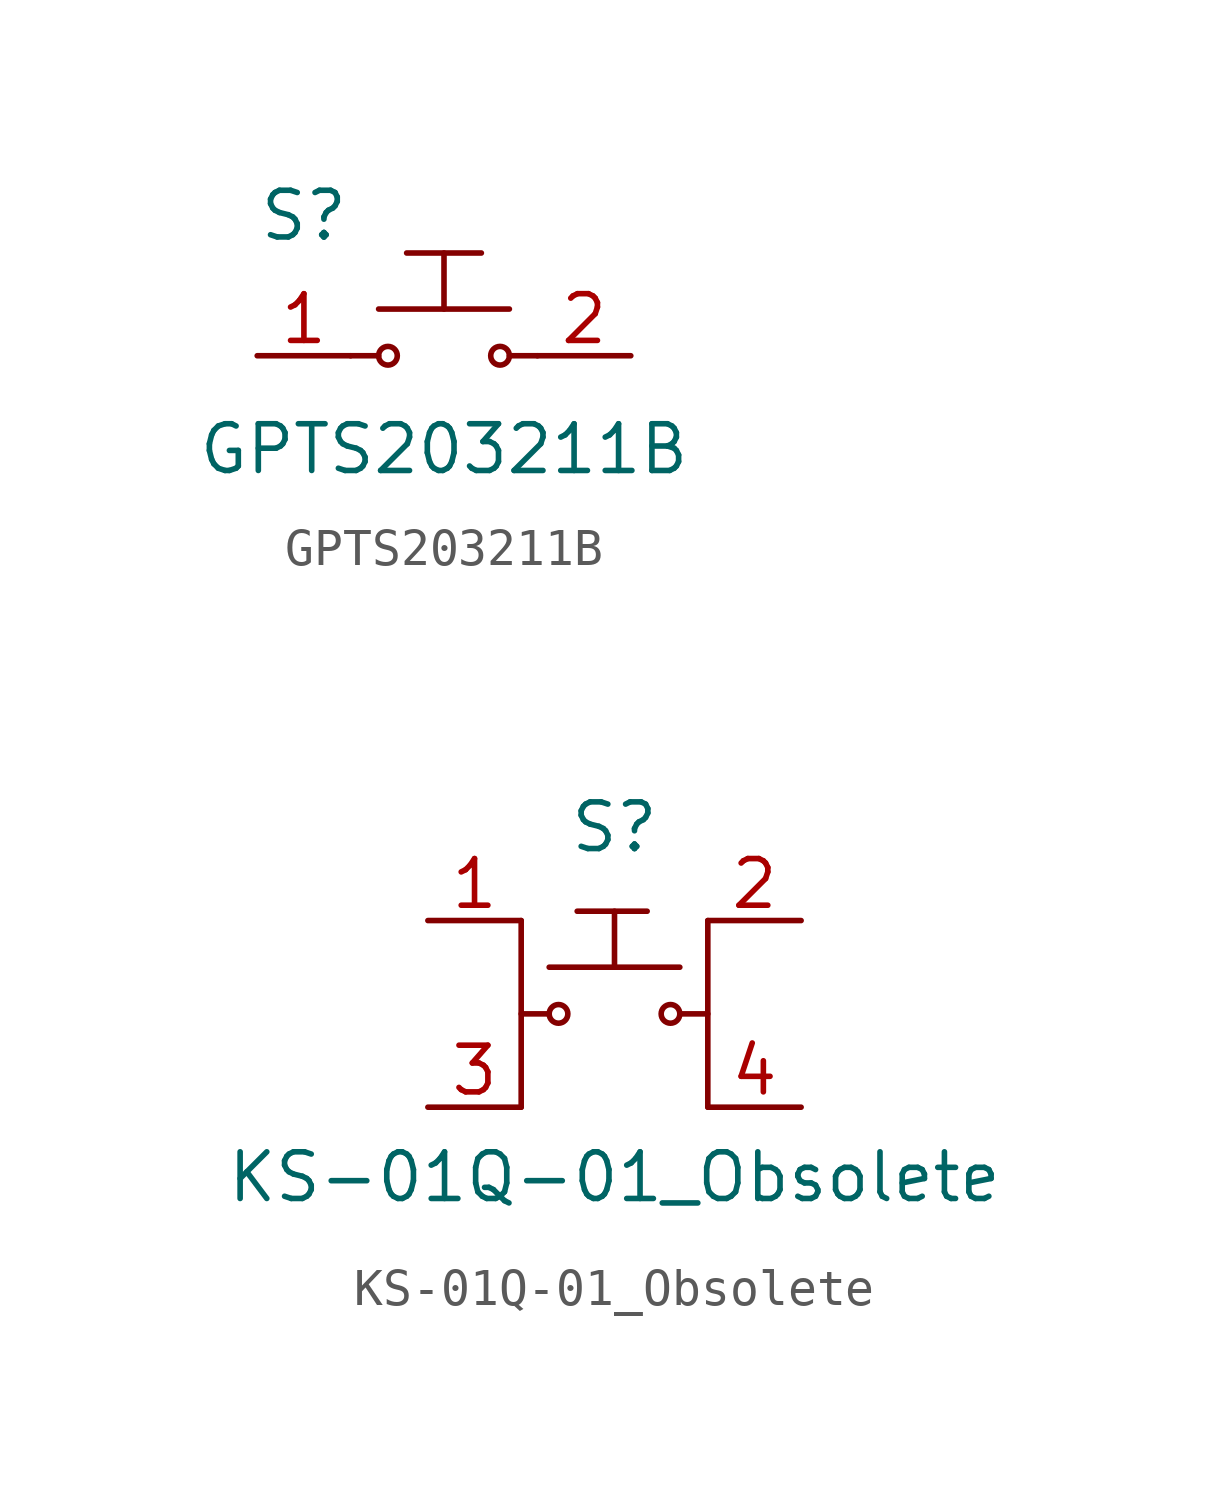
<source format=kicad_sym>
(kicad_symbol_lib
  (version 20201005)
  (generator kicad_symbol_editor)
  (symbol "GPTS203211B"
    (pin_names
      (offset 1.016))
    (property "Reference" "S"
      (at -3.81 3.81 0)
      (effects (font (size 1.27 1.27))))
    (property "Value" "GPTS203211B"
      (at 0 -2.54 0)
      (effects (font (size 1.27 1.27))))
    (symbol "GPTS203211B_0_1"
      (circle (center -1.524 0) (radius 0.254) (stroke (width 0)) (fill (type none)))
      (circle (center 1.524 0) (radius 0.254) (stroke (width 0)) (fill (type none)))
      (polyline (pts (xy -2.54 0) (xy -1.778 0)) (stroke (width 0)) (fill (type none)))
      (polyline (pts (xy -1.778 1.27) (xy 1.778 1.27)) (stroke (width 0)) (fill (type none)))
      (polyline (pts (xy -1.016 2.794) (xy 1.016 2.794)) (stroke (width 0)) (fill (type none)))
      (polyline (pts (xy 0 1.27) (xy 0 2.794)) (stroke (width 0)) (fill (type none)))
      (polyline (pts (xy 2.54 0) (xy 1.778 0)) (stroke (width 0)) (fill (type none))))
    (symbol "GPTS203211B_1_1"
      (pin passive line (at -5.08 0 0) (length 2.54) (name "~" (effects (font (size 1.27 1.27)))) (number "1" (effects (font (size 1.27 1.27)))))
      (pin passive line (at 5.08 0 180) (length 2.54) (name "~" (effects (font (size 1.27 1.27)))) (number "2" (effects (font (size 1.27 1.27)))))))
  (symbol "KS-01Q-01_Obsolete"
    (pin_names
      (offset 1.016))
    (property "Reference" "S"
      (at 0 5.08 0)
      (effects (font (size 1.27 1.27))))
    (property "Value" "KS-01Q-01_Obsolete"
      (at 0 -4.445 0)
      (effects (font (size 1.27 1.27))))
    (symbol "KS-01Q-01_Obsolete_0_1"
      (circle (center -1.524 0) (radius 0.254) (stroke (width 0)) (fill (type none)))
      (circle (center 1.524 0) (radius 0.254) (stroke (width 0)) (fill (type none)))
      (polyline (pts (xy -2.54 2.54) (xy -2.54 -2.54)) (stroke (width 0)) (fill (type none)))
      (polyline (pts (xy -1.778 0) (xy -2.54 0)) (stroke (width 0)) (fill (type none)))
      (polyline (pts (xy -1.778 1.27) (xy 1.778 1.27)) (stroke (width 0)) (fill (type none)))
      (polyline (pts (xy 2.54 -2.54) (xy 2.54 2.54)) (stroke (width 0)) (fill (type none)))
      (polyline (pts (xy 2.54 0) (xy 1.778 0)) (stroke (width 0)) (fill (type none))))
    (symbol "KS-01Q-01_Obsolete_1_1"
      (polyline (pts (xy -1.016 2.794) (xy 0.889 2.794)) (stroke (width 0)) (fill (type none)))
      (polyline (pts (xy 0 2.794) (xy 0 1.27)) (stroke (width 0)) (fill (type none)))
      (pin passive line (at -5.08 2.54 0) (length 2.54) (name "~" (effects (font (size 1.27 1.27)))) (number "1" (effects (font (size 1.27 1.27)))))
      (pin passive line (at 5.08 2.54 180) (length 2.54) (name "~" (effects (font (size 1.27 1.27)))) (number "2" (effects (font (size 1.27 1.27)))))
      (pin passive line (at -5.08 -2.54 0) (length 2.54) (name "~" (effects (font (size 1.27 1.27)))) (number "3" (effects (font (size 1.27 1.27)))))
      (pin passive line (at 5.08 -2.54 180) (length 2.54) (name "~" (effects (font (size 1.27 1.27)))) (number "4" (effects (font (size 1.27 1.27))))))))
</source>
